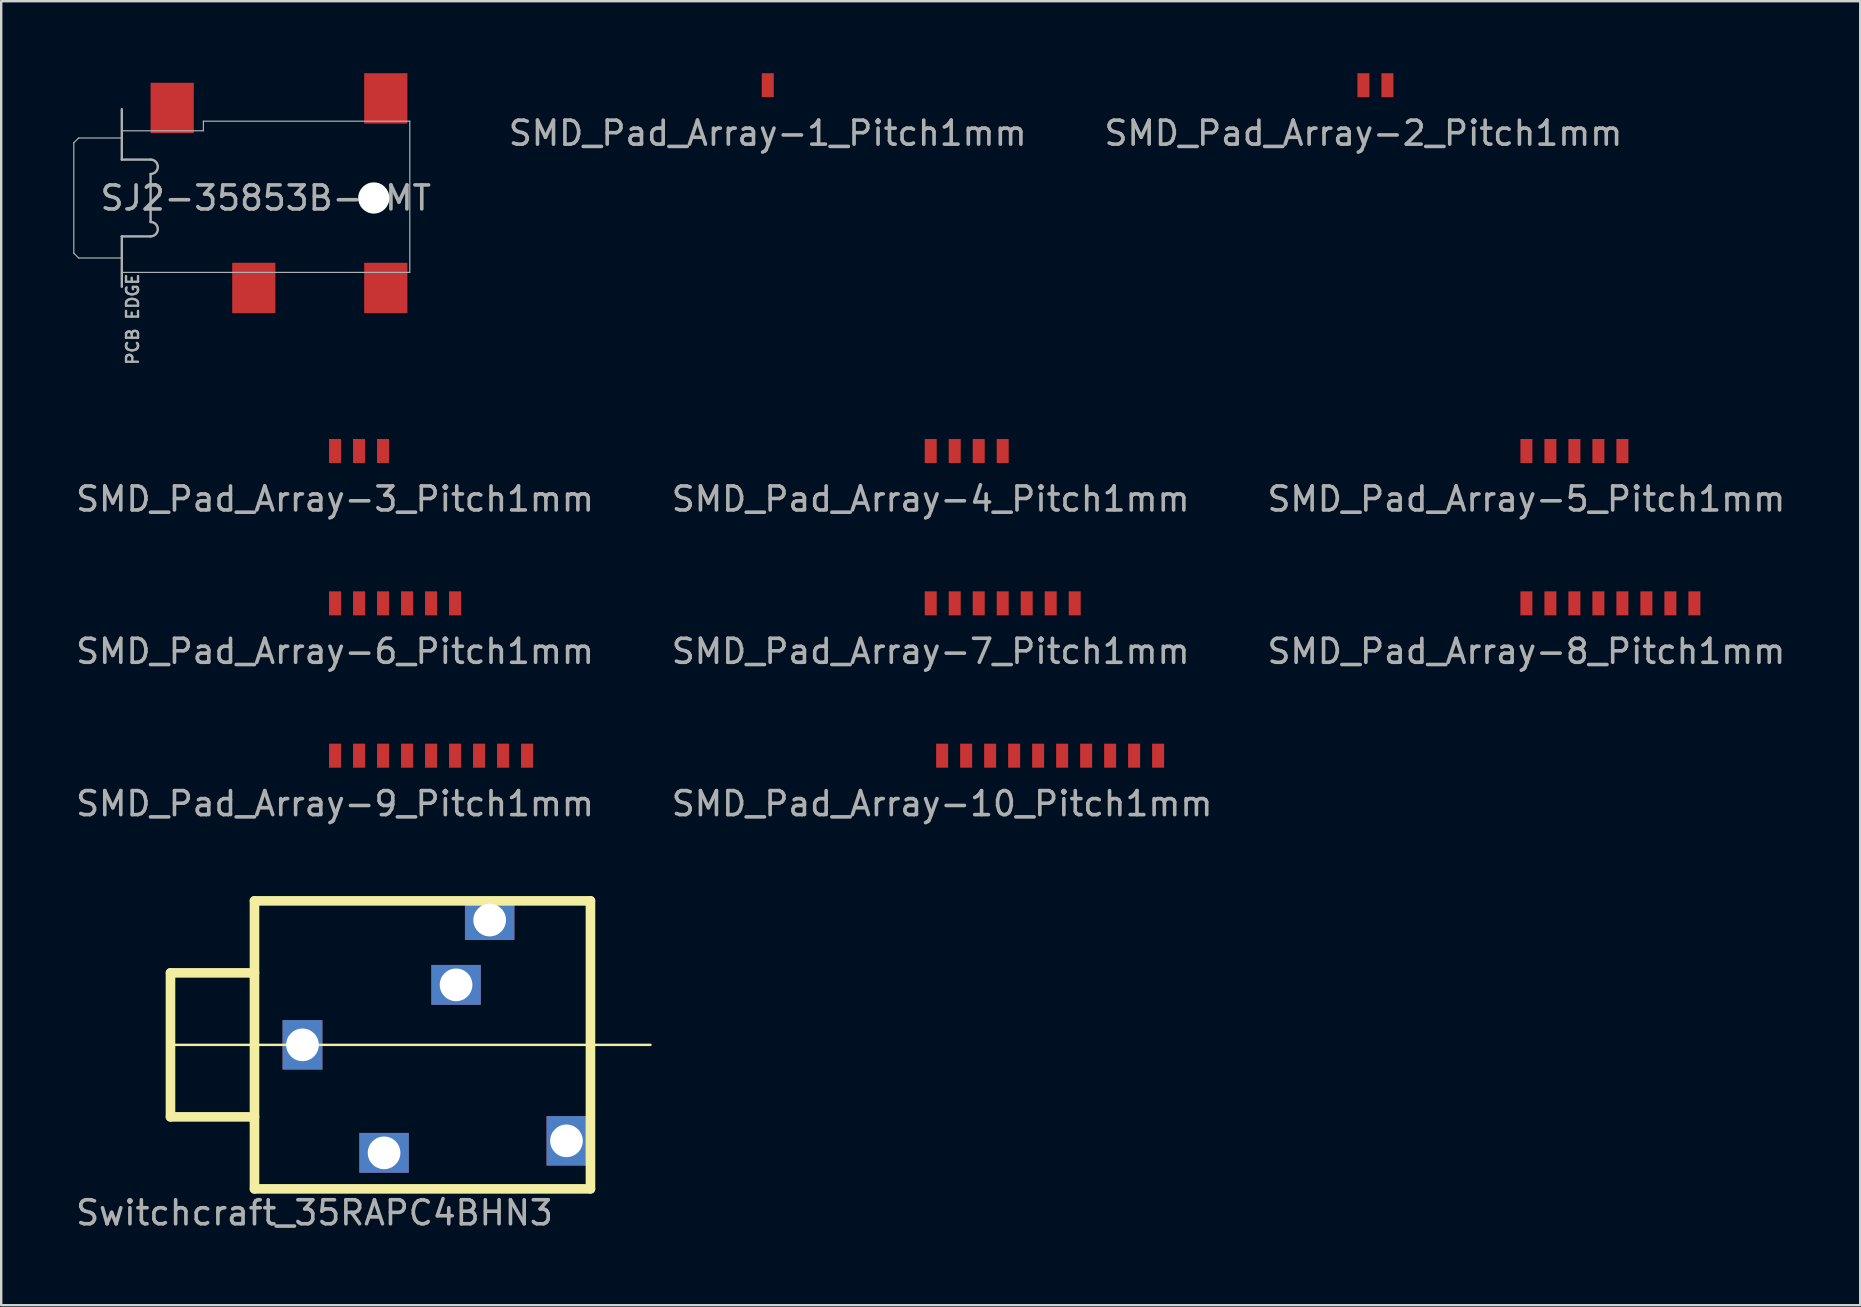
<source format=kicad_pcb>
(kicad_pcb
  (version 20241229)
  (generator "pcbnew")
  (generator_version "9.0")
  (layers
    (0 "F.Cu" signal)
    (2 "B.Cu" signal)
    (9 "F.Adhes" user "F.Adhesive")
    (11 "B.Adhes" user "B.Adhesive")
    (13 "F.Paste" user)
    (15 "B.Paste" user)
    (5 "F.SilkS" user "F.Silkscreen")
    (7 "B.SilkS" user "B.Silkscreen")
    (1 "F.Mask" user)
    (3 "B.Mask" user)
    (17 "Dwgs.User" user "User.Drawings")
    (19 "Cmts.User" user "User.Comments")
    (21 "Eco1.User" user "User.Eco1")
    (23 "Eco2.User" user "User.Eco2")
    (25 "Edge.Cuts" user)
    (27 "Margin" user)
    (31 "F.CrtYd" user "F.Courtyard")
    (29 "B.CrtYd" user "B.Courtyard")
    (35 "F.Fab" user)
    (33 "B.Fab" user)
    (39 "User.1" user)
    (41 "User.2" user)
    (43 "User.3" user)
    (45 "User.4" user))
  (footprint "Switchcraft_35RAPC4BHN3"
    (layer "F.Cu")
    (at 7.554 40.488)
    (property "Reference" "Switchcraft_35RAPC4BHN3" (at 2.5 7 0) (layer "F.Fab") (effects (font (size 1 1) (thickness 0.15))))
    (attr through_hole)
    (fp_line (start -3.5 -3) (end -3.5 3) (stroke (width 0.4) (type solid)) (layer "F.SilkS"))
    (fp_line (start -3.5 0) (end 16.5 0) (stroke (width 0.1) (type solid)) (layer "F.SilkS"))
    (fp_line (start -3.5 3) (end 0 3) (stroke (width 0.4) (type solid)) (layer "F.SilkS"))
    (fp_line (start 0 -6) (end 14 -6) (stroke (width 0.4) (type solid)) (layer "F.SilkS"))
    (fp_line (start 0 -3) (end -3.5 -3) (stroke (width 0.4) (type solid)) (layer "F.SilkS"))
    (fp_line (start 0 0) (end 0 -6) (stroke (width 0.4) (type solid)) (layer "F.SilkS"))
    (fp_line (start 0 6) (end 0 0) (stroke (width 0.4) (type solid)) (layer "F.SilkS"))
    (fp_line (start 14 -6) (end 14 6) (stroke (width 0.4) (type solid)) (layer "F.SilkS"))
    (fp_line (start 14 6) (end 0 6) (stroke (width 0.4) (type solid)) (layer "F.SilkS"))
    (pad "1" thru_hole rect (at 2 0) (size 1.66 2.06) (drill 1.36) (layers "*.Cu" "*.Mask"))
    (pad "2" thru_hole rect (at 9.8 -5.2) (size 2.06 1.66) (drill 1.36) (layers "*.Cu" "*.Mask"))
    (pad "3" thru_hole rect (at 8.4 -2.5) (size 2.06 1.66) (drill 1.36) (layers "*.Cu" "*.Mask"))
    (pad "4" thru_hole rect (at 13 4) (size 1.66 2.06) (drill 1.36) (layers "*.Cu" "*.Mask"))
    (pad "5" thru_hole rect (at 5.4 4.5) (size 2.06 1.66) (drill 1.36) (layers "*.Cu" "*.Mask")))
  (footprint "SMD_Pad_Array-9_Pitch1mm"
    (layer "F.Cu")
    (at 10.911 28.439)
    (property "Reference" "SMD_Pad_Array-9_Pitch1mm" (at 0 2 0) (layer "F.Fab") (effects (font (size 1 1) (thickness 0.15))))
    (attr through_hole)
    (pad "1" smd rect (at 0 0) (size 0.5 1) (layers "F.Cu" "F.Mask" "F.Paste"))
    (pad "2" smd rect (at 1 0) (size 0.5 1) (layers "F.Cu" "F.Mask" "F.Paste"))
    (pad "3" smd rect (at 2 0) (size 0.5 1) (layers "F.Cu" "F.Mask" "F.Paste"))
    (pad "4" smd rect (at 3 0) (size 0.5 1) (layers "F.Cu" "F.Mask" "F.Paste"))
    (pad "5" smd rect (at 4 0) (size 0.5 1) (layers "F.Cu" "F.Mask" "F.Paste"))
    (pad "6" smd rect (at 5 0) (size 0.5 1) (layers "F.Cu" "F.Mask" "F.Paste"))
    (pad "7" smd rect (at 6 0) (size 0.5 1) (layers "F.Cu" "F.Mask" "F.Paste"))
    (pad "8" smd rect (at 7 0) (size 0.5 1) (layers "F.Cu" "F.Mask" "F.Paste"))
    (pad "9" smd rect (at 8 0) (size 0.5 1) (layers "F.Cu" "F.Mask" "F.Paste")))
  (footprint "SMD_Pad_Array-7_Pitch1mm"
    (layer "F.Cu")
    (at 35.732 22.091)
    (property "Reference" "SMD_Pad_Array-7_Pitch1mm" (at 0 2 0) (layer "F.Fab") (effects (font (size 1 1) (thickness 0.15))))
    (attr through_hole)
    (pad "1" smd rect (at 0 0) (size 0.5 1) (layers "F.Cu" "F.Mask" "F.Paste"))
    (pad "2" smd rect (at 1 0) (size 0.5 1) (layers "F.Cu" "F.Mask" "F.Paste"))
    (pad "3" smd rect (at 2 0) (size 0.5 1) (layers "F.Cu" "F.Mask" "F.Paste"))
    (pad "4" smd rect (at 3 0) (size 0.5 1) (layers "F.Cu" "F.Mask" "F.Paste"))
    (pad "5" smd rect (at 4 0) (size 0.5 1) (layers "F.Cu" "F.Mask" "F.Paste"))
    (pad "6" smd rect (at 5 0) (size 0.5 1) (layers "F.Cu" "F.Mask" "F.Paste"))
    (pad "7" smd rect (at 6 0) (size 0.5 1) (layers "F.Cu" "F.Mask" "F.Paste")))
  (footprint "SMD_Pad_Array-4_Pitch1mm"
    (layer "F.Cu")
    (at 35.732 15.743)
    (property "Reference" "SMD_Pad_Array-4_Pitch1mm" (at 0 2 0) (layer "F.Fab") (effects (font (size 1 1) (thickness 0.15))))
    (attr through_hole)
    (pad "1" smd rect (at 0 0) (size 0.5 1) (layers "F.Cu" "F.Mask" "F.Paste"))
    (pad "2" smd rect (at 1 0) (size 0.5 1) (layers "F.Cu" "F.Mask" "F.Paste"))
    (pad "3" smd rect (at 2 0) (size 0.5 1) (layers "F.Cu" "F.Mask" "F.Paste"))
    (pad "4" smd rect (at 3 0) (size 0.5 1) (layers "F.Cu" "F.Mask" "F.Paste")))
  (footprint "SMD_Pad_Array-1_Pitch1mm"
    (layer "F.Cu")
    (at 28.942 0.5)
    (property "Reference" "SMD_Pad_Array-1_Pitch1mm" (at 0 2 0) (layer "F.Fab") (effects (font (size 1 1) (thickness 0.15))))
    (attr through_hole)
    (pad "1" smd rect (at 0 0) (size 0.5 1) (layers "F.Cu" "F.Mask" "F.Paste")))
  (footprint "SMD_Pad_Array-5_Pitch1mm"
    (layer "F.Cu")
    (at 60.554 15.743)
    (property "Reference" "SMD_Pad_Array-5_Pitch1mm" (at 0 2 0) (layer "F.Fab") (effects (font (size 1 1) (thickness 0.15))))
    (attr through_hole)
    (pad "1" smd rect (at 0 0) (size 0.5 1) (layers "F.Cu" "F.Mask" "F.Paste"))
    (pad "2" smd rect (at 1 0) (size 0.5 1) (layers "F.Cu" "F.Mask" "F.Paste"))
    (pad "3" smd rect (at 2 0) (size 0.5 1) (layers "F.Cu" "F.Mask" "F.Paste"))
    (pad "4" smd rect (at 3 0) (size 0.5 1) (layers "F.Cu" "F.Mask" "F.Paste"))
    (pad "5" smd rect (at 4 0) (size 0.5 1) (layers "F.Cu" "F.Mask" "F.Paste")))
  (footprint "SMD_Pad_Array-10_Pitch1mm"
    (layer "F.Cu")
    (at 36.208 28.439)
    (property "Reference" "SMD_Pad_Array-10_Pitch1mm" (at 0 2 0) (layer "F.Fab") (effects (font (size 1 1) (thickness 0.15))))
    (attr through_hole)
    (pad "1" smd rect (at 0 0) (size 0.5 1) (layers "F.Cu" "F.Mask" "F.Paste"))
    (pad "2" smd rect (at 1 0) (size 0.5 1) (layers "F.Cu" "F.Mask" "F.Paste"))
    (pad "3" smd rect (at 2 0) (size 0.5 1) (layers "F.Cu" "F.Mask" "F.Paste"))
    (pad "4" smd rect (at 3 0) (size 0.5 1) (layers "F.Cu" "F.Mask" "F.Paste"))
    (pad "5" smd rect (at 4 0) (size 0.5 1) (layers "F.Cu" "F.Mask" "F.Paste"))
    (pad "6" smd rect (at 5 0) (size 0.5 1) (layers "F.Cu" "F.Mask" "F.Paste"))
    (pad "7" smd rect (at 6 0) (size 0.5 1) (layers "F.Cu" "F.Mask" "F.Paste"))
    (pad "8" smd rect (at 7 0) (size 0.5 1) (layers "F.Cu" "F.Mask" "F.Paste"))
    (pad "9" smd rect (at 8 0) (size 0.5 1) (layers "F.Cu" "F.Mask" "F.Paste"))
    (pad "10" smd rect (at 9 0) (size 0.5 1) (layers "F.Cu" "F.Mask" "F.Paste")))
  (footprint "SMD_Pad_Array-3_Pitch1mm"
    (layer "F.Cu")
    (at 10.911 15.743)
    (property "Reference" "SMD_Pad_Array-3_Pitch1mm" (at 0 2 0) (layer "F.Fab") (effects (font (size 1 1) (thickness 0.15))))
    (attr through_hole)
    (pad "1" smd rect (at 0 0) (size 0.5 1) (layers "F.Cu" "F.Mask" "F.Paste"))
    (pad "2" smd rect (at 1 0) (size 0.5 1) (layers "F.Cu" "F.Mask" "F.Paste"))
    (pad "3" smd rect (at 2 0) (size 0.5 1) (layers "F.Cu" "F.Mask" "F.Paste")))
  (footprint "SMD_Pad_Array-6_Pitch1mm"
    (layer "F.Cu")
    (at 10.911 22.091)
    (property "Reference" "SMD_Pad_Array-6_Pitch1mm" (at 0 2 0) (layer "F.Fab") (effects (font (size 1 1) (thickness 0.15))))
    (attr through_hole)
    (pad "1" smd rect (at 0 0) (size 0.5 1) (layers "F.Cu" "F.Mask" "F.Paste"))
    (pad "2" smd rect (at 1 0) (size 0.5 1) (layers "F.Cu" "F.Mask" "F.Paste"))
    (pad "3" smd rect (at 2 0) (size 0.5 1) (layers "F.Cu" "F.Mask" "F.Paste"))
    (pad "4" smd rect (at 3 0) (size 0.5 1) (layers "F.Cu" "F.Mask" "F.Paste"))
    (pad "5" smd rect (at 4 0) (size 0.5 1) (layers "F.Cu" "F.Mask" "F.Paste"))
    (pad "6" smd rect (at 5 0) (size 0.5 1) (layers "F.Cu" "F.Mask" "F.Paste")))
  (footprint "SMD_Pad_Array-8_Pitch1mm"
    (layer "F.Cu")
    (at 60.554 22.091)
    (property "Reference" "SMD_Pad_Array-8_Pitch1mm" (at 0 2 0) (layer "F.Fab") (effects (font (size 1 1) (thickness 0.15))))
    (attr through_hole)
    (pad "1" smd rect (at 0 0) (size 0.5 1) (layers "F.Cu" "F.Mask" "F.Paste"))
    (pad "2" smd rect (at 1 0) (size 0.5 1) (layers "F.Cu" "F.Mask" "F.Paste"))
    (pad "3" smd rect (at 2 0) (size 0.5 1) (layers "F.Cu" "F.Mask" "F.Paste"))
    (pad "4" smd rect (at 3 0) (size 0.5 1) (layers "F.Cu" "F.Mask" "F.Paste"))
    (pad "5" smd rect (at 4 0) (size 0.5 1) (layers "F.Cu" "F.Mask" "F.Paste"))
    (pad "6" smd rect (at 5 0) (size 0.5 1) (layers "F.Cu" "F.Mask" "F.Paste"))
    (pad "7" smd rect (at 6 0) (size 0.5 1) (layers "F.Cu" "F.Mask" "F.Paste"))
    (pad "8" smd rect (at 7 0) (size 0.5 1) (layers "F.Cu" "F.Mask" "F.Paste")))
  (footprint "SMD_Pad_Array-2_Pitch1mm"
    (layer "F.Cu")
    (at 53.763 0.5)
    (property "Reference" "SMD_Pad_Array-2_Pitch1mm" (at 0 2 0) (layer "F.Fab") (effects (font (size 1 1) (thickness 0.15))))
    (attr through_hole)
    (pad "1" smd rect (at 0 0) (size 0.5 1) (layers "F.Cu" "F.Mask" "F.Paste"))
    (pad "2" smd rect (at 1 0) (size 0.5 1) (layers "F.Cu" "F.Mask" "F.Paste")))
  (footprint "SJ2-35853B-SMT"
    (layer "F.Cu")
    (at 8.025 5.2)
    (property "Reference" "SJ2-35853B-SMT" (at 0 0 0) (layer "F.Fab") (effects (font (size 1 1) (thickness 0.15))))
    (attr through_hole)
    (fp_line (start -8 -2.3) (end -7.8 -2.5) (stroke (width 0.05) (type solid)) (layer "F.Fab"))
    (fp_line (start -8 2.3) (end -8 -2.3) (stroke (width 0.05) (type solid)) (layer "F.Fab"))
    (fp_line (start -8 2.3) (end -7.8 2.5) (stroke (width 0.05) (type solid)) (layer "F.Fab"))
    (fp_line (start -7.8 -2.5) (end -6 -2.5) (stroke (width 0.05) (type solid)) (layer "F.Fab"))
    (fp_line (start -6 -3.7) (end -6 -1.6) (stroke (width 0.1) (type solid)) (layer "F.Fab"))
    (fp_line (start -6 -2.8) (end -2.6 -2.8) (stroke (width 0.05) (type solid)) (layer "F.Fab"))
    (fp_line (start -6 -2.5) (end -6 -2.8) (stroke (width 0.05) (type solid)) (layer "F.Fab"))
    (fp_line (start -6 -1.6) (end -4.8 -1.6) (stroke (width 0.1) (type solid)) (layer "F.Fab"))
    (fp_line (start -6 1.6) (end -6 3.7) (stroke (width 0.1) (type solid)) (layer "F.Fab"))
    (fp_line (start -6 2.5) (end -7.8 2.5) (stroke (width 0.05) (type solid)) (layer "F.Fab"))
    (fp_line (start -6 3.1) (end -6 2.5) (stroke (width 0.05) (type solid)) (layer "F.Fab"))
    (fp_line (start -4.8 -1) (end -4.8 1) (stroke (width 0.1) (type solid)) (layer "F.Fab"))
    (fp_line (start -4.8 1.6) (end -6 1.6) (stroke (width 0.1) (type solid)) (layer "F.Fab"))
    (fp_line (start -2.6 -3.2) (end 6 -3.2) (stroke (width 0.05) (type solid)) (layer "F.Fab"))
    (fp_line (start -2.6 -2.8) (end -2.6 -3.2) (stroke (width 0.05) (type solid)) (layer "F.Fab"))
    (fp_line (start 6 -3.2) (end 6 3.1) (stroke (width 0.05) (type solid)) (layer "F.Fab"))
    (fp_line (start 6 3.1) (end -6 3.1) (stroke (width 0.05) (type solid)) (layer "F.Fab"))
    (fp_arc (start -4.8 -1.6) (mid -4.5 -1.3) (end -4.8 -1) (stroke (width 0.1) (type solid)) (layer "F.Fab"))
    (fp_arc (start -4.8 1) (mid -4.5 1.3) (end -4.8 1.6) (stroke (width 0.1) (type solid)) (layer "F.Fab"))
    (fp_text user "PCB EDGE" (at -5.55 5.05 90) (layer "F.Fab") (effects (font (size 0.5 0.5) (thickness 0.1))))
    (pad "" np_thru_hole circle (at 4.5 0) (size 1.3 1.3) (drill 1.3) (layers "*.Cu" "*.Mask"))
    (pad "1" smd rect (at -3.9 -3.75) (size 1.8 2.1) (layers "F.Cu" "F.Mask" "F.Paste"))
    (pad "2" smd rect (at 5 -4.15) (size 1.8 2.1) (layers "F.Cu" "F.Mask" "F.Paste"))
    (pad "3" smd rect (at -0.5 3.75) (size 1.8 2.1) (layers "F.Cu" "F.Mask" "F.Paste"))
    (pad "4" smd rect (at 5 3.75) (size 1.8 2.1) (layers "F.Cu" "F.Mask" "F.Paste")))
  (gr_rect
    (start -3 -3)
    (end 74.464 51.336)
    (stroke (width 0.1) (type default))
    (fill no)
    (layer "Edge.Cuts")))
</source>
